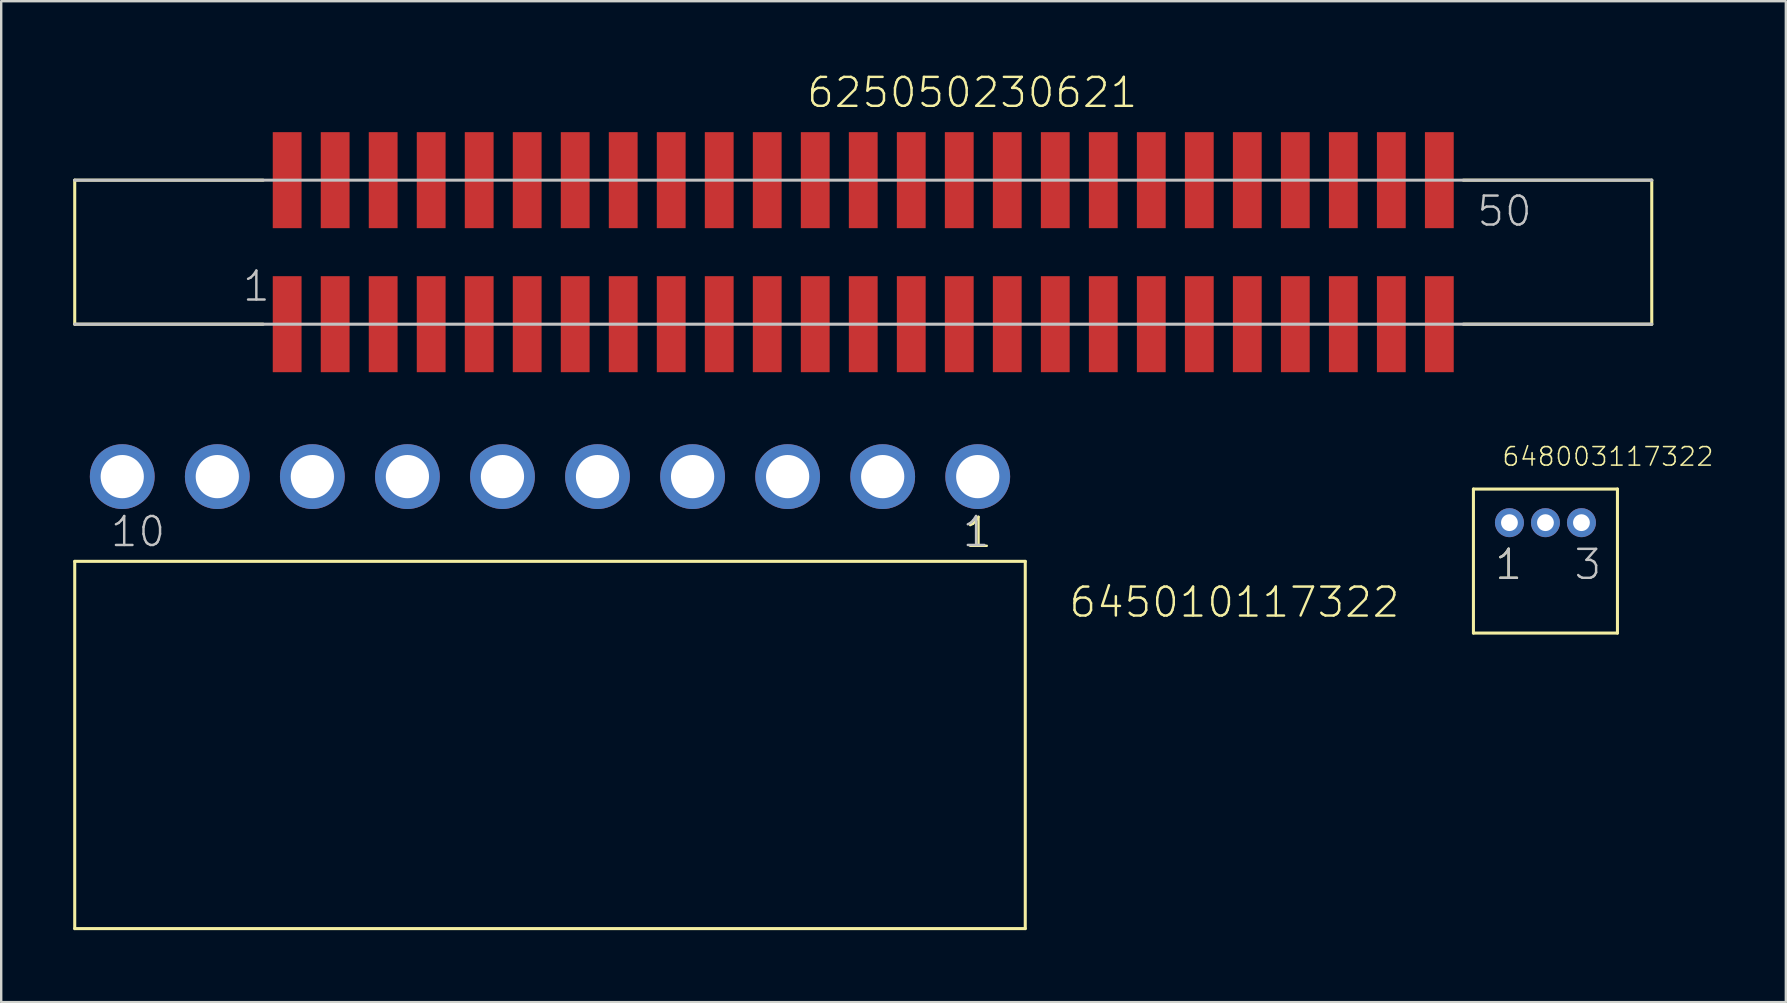
<source format=kicad_pcb>
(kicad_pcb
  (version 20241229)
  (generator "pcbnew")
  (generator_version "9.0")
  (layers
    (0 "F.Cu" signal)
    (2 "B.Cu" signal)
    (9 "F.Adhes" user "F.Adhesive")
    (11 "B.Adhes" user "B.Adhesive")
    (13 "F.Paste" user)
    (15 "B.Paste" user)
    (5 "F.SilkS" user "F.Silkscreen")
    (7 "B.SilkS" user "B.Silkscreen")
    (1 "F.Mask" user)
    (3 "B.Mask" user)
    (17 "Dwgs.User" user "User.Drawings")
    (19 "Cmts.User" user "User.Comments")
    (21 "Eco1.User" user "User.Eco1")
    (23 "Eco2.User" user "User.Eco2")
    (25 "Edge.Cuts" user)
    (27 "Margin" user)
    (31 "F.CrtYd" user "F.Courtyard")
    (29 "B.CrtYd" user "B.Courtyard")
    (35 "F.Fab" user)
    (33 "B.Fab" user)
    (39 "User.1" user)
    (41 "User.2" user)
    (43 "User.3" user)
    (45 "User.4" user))
  (footprint "645010117322"
    (layer "F.Cu")
    (at 19.863 16.806)
    (property "Reference" "645010117322" (at 21.555 5.94 0) (layer "F.SilkS") (effects (font (size 1.206 1.206) (thickness 0.102)) (justify left bottom)))
    (attr through_hole)
    (fp_line (start -19.8 3.53) (end 19.8 3.53) (stroke (width 0.127) (type solid)) (layer "F.SilkS"))
    (fp_line (start -19.8 18.83) (end -19.8 3.53) (stroke (width 0.127) (type solid)) (layer "F.SilkS"))
    (fp_line (start 19.8 3.53) (end 19.8 18.83) (stroke (width 0.127) (type solid)) (layer "F.SilkS"))
    (fp_line (start 19.8 18.83) (end -19.8 18.83) (stroke (width 0.127) (type solid)) (layer "F.SilkS"))
    (fp_text user "1" (at 17.21 3.035 0) (layer "F.SilkS") (effects (font (size 1.206 1.206) (thickness 0.102)) (justify left bottom)))
    (fp_text user "10" (at -18.38 3 0) (layer "Dwgs.User") (effects (font (size 1.206 1.206) (thickness 0.102)) (justify left bottom)))
    (fp_text user "1" (at 17.11 3 0) (layer "Dwgs.User") (effects (font (size 1.206 1.206) (thickness 0.102)) (justify left bottom)))
    (pad "1" thru_hole circle (at 17.82 0) (size 2.7 2.7) (drill 1.8) (layers "*.Cu" "*.Mask"))
    (pad "2" thru_hole circle (at 13.86 0) (size 2.7 2.7) (drill 1.8) (layers "*.Cu" "*.Mask"))
    (pad "3" thru_hole circle (at 9.9 0) (size 2.7 2.7) (drill 1.8) (layers "*.Cu" "*.Mask"))
    (pad "4" thru_hole circle (at 5.94 0) (size 2.7 2.7) (drill 1.8) (layers "*.Cu" "*.Mask"))
    (pad "5" thru_hole circle (at 1.98 0) (size 2.7 2.7) (drill 1.8) (layers "*.Cu" "*.Mask"))
    (pad "6" thru_hole circle (at -1.98 0) (size 2.7 2.7) (drill 1.8) (layers "*.Cu" "*.Mask"))
    (pad "7" thru_hole circle (at -5.94 0) (size 2.7 2.7) (drill 1.8) (layers "*.Cu" "*.Mask"))
    (pad "8" thru_hole circle (at -9.9 0) (size 2.7 2.7) (drill 1.8) (layers "*.Cu" "*.Mask"))
    (pad "9" thru_hole circle (at -13.86 0) (size 2.7 2.7) (drill 1.8) (layers "*.Cu" "*.Mask"))
    (pad "10" thru_hole circle (at -17.82 0) (size 2.7 2.7) (drill 1.8) (layers "*.Cu" "*.Mask")))
  (footprint "625050230621"
    (layer "F.Cu")
    (at 32.913 7.456)
    (property "Reference" "625050230621" (at -2.42 -5.945 0) (layer "F.SilkS") (effects (font (size 1.206 1.206) (thickness 0.102)) (justify left bottom)))
    (attr through_hole)
    (fp_line (start -32.85 -3) (end -32.85 3) (stroke (width 0.127) (type solid)) (layer "F.SilkS"))
    (fp_line (start -25 -3) (end -32.85 -3) (stroke (width 0.127) (type solid)) (layer "F.SilkS"))
    (fp_line (start -25 3) (end -32.85 3) (stroke (width 0.127) (type solid)) (layer "F.SilkS"))
    (fp_line (start 25 -3) (end 32.85 -3) (stroke (width 0.127) (type solid)) (layer "F.SilkS"))
    (fp_line (start 25 3) (end 32.85 3) (stroke (width 0.127) (type solid)) (layer "F.SilkS"))
    (fp_line (start 32.85 3) (end 32.85 -3) (stroke (width 0.127) (type solid)) (layer "F.SilkS"))
    (fp_line (start -32.85 3) (end 32.85 3) (stroke (width 0.127) (type solid)) (layer "Dwgs.User"))
    (fp_line (start 32.85 -3) (end -32.85 -3) (stroke (width 0.127) (type solid)) (layer "Dwgs.User"))
    (fp_text user "1" (at -25.925 2.125 0) (layer "Dwgs.User") (effects (font (size 1.206 1.206) (thickness 0.102)) (justify left bottom)))
    (fp_text user "50" (at 25.5 -1 0) (layer "Dwgs.User") (effects (font (size 1.206 1.206) (thickness 0.102)) (justify left bottom)))
    (pad "1" smd rect (at -24 3 180) (size 1.2 4) (layers "F.Cu" "F.Mask" "F.Paste"))
    (pad "2" smd rect (at -24 -3 180) (size 1.2 4) (layers "F.Cu" "F.Mask" "F.Paste"))
    (pad "3" smd rect (at -22 3 180) (size 1.2 4) (layers "F.Cu" "F.Mask" "F.Paste"))
    (pad "4" smd rect (at -22 -3 180) (size 1.2 4) (layers "F.Cu" "F.Mask" "F.Paste"))
    (pad "5" smd rect (at -20 3 180) (size 1.2 4) (layers "F.Cu" "F.Mask" "F.Paste"))
    (pad "6" smd rect (at -20 -3 180) (size 1.2 4) (layers "F.Cu" "F.Mask" "F.Paste"))
    (pad "7" smd rect (at -18 3 180) (size 1.2 4) (layers "F.Cu" "F.Mask" "F.Paste"))
    (pad "8" smd rect (at -18 -3 180) (size 1.2 4) (layers "F.Cu" "F.Mask" "F.Paste"))
    (pad "9" smd rect (at -16 3 180) (size 1.2 4) (layers "F.Cu" "F.Mask" "F.Paste"))
    (pad "10" smd rect (at -16 -3 180) (size 1.2 4) (layers "F.Cu" "F.Mask" "F.Paste"))
    (pad "11" smd rect (at -14 3 180) (size 1.2 4) (layers "F.Cu" "F.Mask" "F.Paste"))
    (pad "12" smd rect (at -14 -3 180) (size 1.2 4) (layers "F.Cu" "F.Mask" "F.Paste"))
    (pad "13" smd rect (at -12 3 180) (size 1.2 4) (layers "F.Cu" "F.Mask" "F.Paste"))
    (pad "14" smd rect (at -12 -3 180) (size 1.2 4) (layers "F.Cu" "F.Mask" "F.Paste"))
    (pad "15" smd rect (at -10 3 180) (size 1.2 4) (layers "F.Cu" "F.Mask" "F.Paste"))
    (pad "16" smd rect (at -10 -3 180) (size 1.2 4) (layers "F.Cu" "F.Mask" "F.Paste"))
    (pad "17" smd rect (at -8 3 180) (size 1.2 4) (layers "F.Cu" "F.Mask" "F.Paste"))
    (pad "18" smd rect (at -8 -3 180) (size 1.2 4) (layers "F.Cu" "F.Mask" "F.Paste"))
    (pad "19" smd rect (at -6 3 180) (size 1.2 4) (layers "F.Cu" "F.Mask" "F.Paste"))
    (pad "20" smd rect (at -6 -3 180) (size 1.2 4) (layers "F.Cu" "F.Mask" "F.Paste"))
    (pad "21" smd rect (at -4 3 180) (size 1.2 4) (layers "F.Cu" "F.Mask" "F.Paste"))
    (pad "22" smd rect (at -4 -3 180) (size 1.2 4) (layers "F.Cu" "F.Mask" "F.Paste"))
    (pad "23" smd rect (at -2 3 180) (size 1.2 4) (layers "F.Cu" "F.Mask" "F.Paste"))
    (pad "24" smd rect (at -2 -3 180) (size 1.2 4) (layers "F.Cu" "F.Mask" "F.Paste"))
    (pad "25" smd rect (at 0 3 180) (size 1.2 4) (layers "F.Cu" "F.Mask" "F.Paste"))
    (pad "26" smd rect (at 0 -3 180) (size 1.2 4) (layers "F.Cu" "F.Mask" "F.Paste"))
    (pad "27" smd rect (at 2 3 180) (size 1.2 4) (layers "F.Cu" "F.Mask" "F.Paste"))
    (pad "28" smd rect (at 2 -3 180) (size 1.2 4) (layers "F.Cu" "F.Mask" "F.Paste"))
    (pad "29" smd rect (at 4 3 180) (size 1.2 4) (layers "F.Cu" "F.Mask" "F.Paste"))
    (pad "30" smd rect (at 4 -3 180) (size 1.2 4) (layers "F.Cu" "F.Mask" "F.Paste"))
    (pad "31" smd rect (at 6 3 180) (size 1.2 4) (layers "F.Cu" "F.Mask" "F.Paste"))
    (pad "32" smd rect (at 6 -3 180) (size 1.2 4) (layers "F.Cu" "F.Mask" "F.Paste"))
    (pad "33" smd rect (at 8 3 180) (size 1.2 4) (layers "F.Cu" "F.Mask" "F.Paste"))
    (pad "34" smd rect (at 8 -3 180) (size 1.2 4) (layers "F.Cu" "F.Mask" "F.Paste"))
    (pad "35" smd rect (at 10 3 180) (size 1.2 4) (layers "F.Cu" "F.Mask" "F.Paste"))
    (pad "36" smd rect (at 10 -3 180) (size 1.2 4) (layers "F.Cu" "F.Mask" "F.Paste"))
    (pad "37" smd rect (at 12 3 180) (size 1.2 4) (layers "F.Cu" "F.Mask" "F.Paste"))
    (pad "38" smd rect (at 12 -3 180) (size 1.2 4) (layers "F.Cu" "F.Mask" "F.Paste"))
    (pad "39" smd rect (at 14 3 180) (size 1.2 4) (layers "F.Cu" "F.Mask" "F.Paste"))
    (pad "40" smd rect (at 14 -3 180) (size 1.2 4) (layers "F.Cu" "F.Mask" "F.Paste"))
    (pad "41" smd rect (at 16 3 180) (size 1.2 4) (layers "F.Cu" "F.Mask" "F.Paste"))
    (pad "42" smd rect (at 16 -3 180) (size 1.2 4) (layers "F.Cu" "F.Mask" "F.Paste"))
    (pad "43" smd rect (at 18 3 180) (size 1.2 4) (layers "F.Cu" "F.Mask" "F.Paste"))
    (pad "44" smd rect (at 18 -3 180) (size 1.2 4) (layers "F.Cu" "F.Mask" "F.Paste"))
    (pad "45" smd rect (at 20 3 180) (size 1.2 4) (layers "F.Cu" "F.Mask" "F.Paste"))
    (pad "46" smd rect (at 20 -3 180) (size 1.2 4) (layers "F.Cu" "F.Mask" "F.Paste"))
    (pad "47" smd rect (at 22 3 180) (size 1.2 4) (layers "F.Cu" "F.Mask" "F.Paste"))
    (pad "48" smd rect (at 22 -3 180) (size 1.2 4) (layers "F.Cu" "F.Mask" "F.Paste"))
    (pad "49" smd rect (at 24 3 180) (size 1.2 4) (layers "F.Cu" "F.Mask" "F.Paste"))
    (pad "50" smd rect (at 24 -3 180) (size 1.2 4) (layers "F.Cu" "F.Mask" "F.Paste")))
  (footprint "648003117322"
    (layer "F.Cu")
    (at 61.334 18.724)
    (property "Reference" "648003117322" (at -1.85 -2.3 0) (layer "F.SilkS") (effects (font (size 0.772 0.772) (thickness 0.065)) (justify left bottom)))
    (attr through_hole)
    (fp_line (start -3 -1.4) (end 3 -1.4) (stroke (width 0.127) (type solid)) (layer "F.SilkS"))
    (fp_line (start -3 4.6) (end -3 -1.4) (stroke (width 0.127) (type solid)) (layer "F.SilkS"))
    (fp_line (start 3 -1.4) (end 3 4.6) (stroke (width 0.127) (type solid)) (layer "F.SilkS"))
    (fp_line (start 3 4.6) (end -3 4.6) (stroke (width 0.127) (type solid)) (layer "F.SilkS"))
    (fp_text user "1" (at -2.175 2.45 0) (layer "F.SilkS") (effects (font (size 1.206 1.206) (thickness 0.102)) (justify left bottom)))
    (fp_text user "1" (at -2.175 2.45 0) (layer "Dwgs.User") (effects (font (size 1.206 1.206) (thickness 0.102)) (justify left bottom)))
    (fp_text user "3" (at 1.125 2.45 0) (layer "Dwgs.User") (effects (font (size 1.206 1.206) (thickness 0.102)) (justify left bottom)))
    (pad "1" thru_hole circle (at -1.5 0) (size 1.208 1.208) (drill 0.7) (layers "*.Cu" "*.Mask"))
    (pad "2" thru_hole circle (at 0 0) (size 1.208 1.208) (drill 0.7) (layers "*.Cu" "*.Mask"))
    (pad "3" thru_hole circle (at 1.5 0) (size 1.208 1.208) (drill 0.7) (layers "*.Cu" "*.Mask")))
  (gr_rect
    (start -3 -3)
    (end 71.349 38.7)
    (stroke (width 0.1) (type default))
    (fill no)
    (layer "Edge.Cuts")))
</source>
